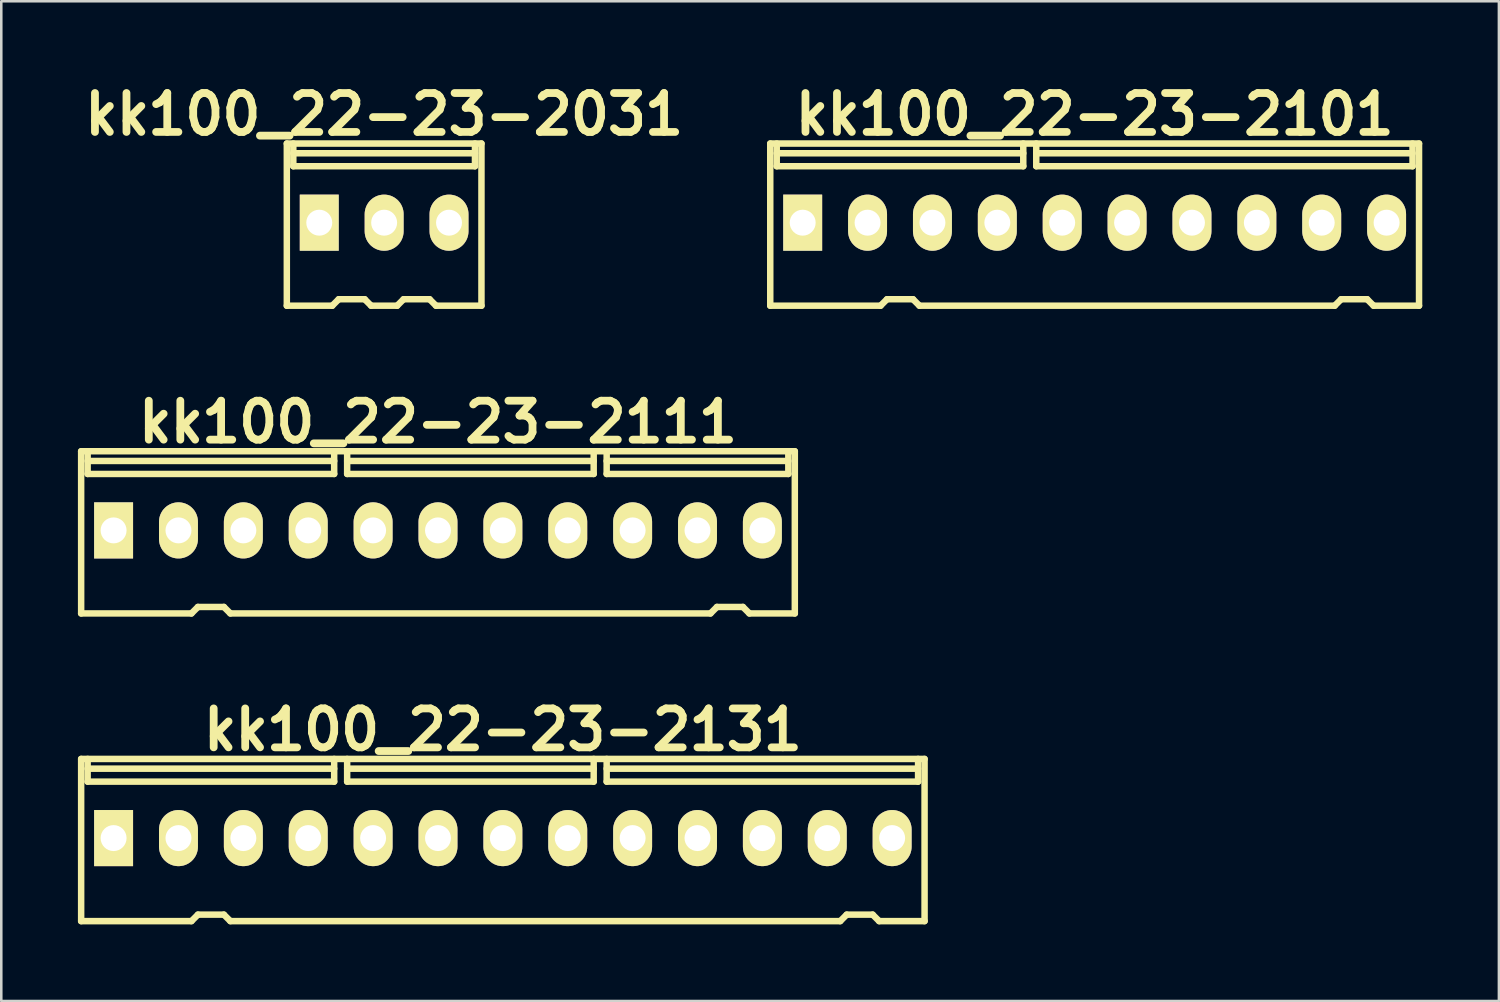
<source format=kicad_pcb>
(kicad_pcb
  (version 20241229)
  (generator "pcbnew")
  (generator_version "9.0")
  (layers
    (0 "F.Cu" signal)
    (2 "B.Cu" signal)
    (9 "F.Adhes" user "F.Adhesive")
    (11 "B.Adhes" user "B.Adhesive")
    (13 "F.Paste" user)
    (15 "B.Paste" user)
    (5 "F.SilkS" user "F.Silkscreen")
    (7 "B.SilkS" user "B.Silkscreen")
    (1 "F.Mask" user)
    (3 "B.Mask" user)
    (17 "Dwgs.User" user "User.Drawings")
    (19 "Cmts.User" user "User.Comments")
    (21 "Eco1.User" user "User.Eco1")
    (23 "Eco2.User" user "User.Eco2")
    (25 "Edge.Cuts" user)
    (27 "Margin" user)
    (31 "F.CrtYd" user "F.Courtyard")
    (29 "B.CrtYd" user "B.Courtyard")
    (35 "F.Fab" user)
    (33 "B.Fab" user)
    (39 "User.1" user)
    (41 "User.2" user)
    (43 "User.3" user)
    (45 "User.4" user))
  (footprint "kk100_22-23-2101"
    (layer "F.Cu")
    (at 39.805 5.744)
    (property "Reference" "kk100_22-23-2101" (at 0 -4.318 0) (layer "F.SilkS") (effects (font (size 1.524 1.524) (thickness 0.305))))
    (attr through_hole)
    (fp_line (start -12.7 -3.175) (end 12.7 -3.175) (stroke (width 0.254) (type solid)) (layer "F.SilkS"))
    (fp_line (start -12.7 3.175) (end -12.7 -3.175) (stroke (width 0.254) (type solid)) (layer "F.SilkS"))
    (fp_line (start -12.446 -2.286) (end -12.446 -3.175) (stroke (width 0.254) (type solid)) (layer "F.SilkS"))
    (fp_line (start -8.382 3.175) (end -12.7 3.175) (stroke (width 0.254) (type solid)) (layer "F.SilkS"))
    (fp_line (start -8.128 2.921) (end -8.382 3.175) (stroke (width 0.254) (type solid)) (layer "F.SilkS"))
    (fp_line (start -8.128 2.921) (end -7.112 2.921) (stroke (width 0.254) (type solid)) (layer "F.SilkS"))
    (fp_line (start -7.112 2.921) (end -6.858 3.175) (stroke (width 0.254) (type solid)) (layer "F.SilkS"))
    (fp_line (start -6.858 3.175) (end 9.398 3.175) (stroke (width 0.254) (type solid)) (layer "F.SilkS"))
    (fp_line (start -2.794 -2.794) (end -12.446 -2.794) (stroke (width 0.254) (type solid)) (layer "F.SilkS"))
    (fp_line (start -2.794 -2.286) (end -12.446 -2.286) (stroke (width 0.254) (type solid)) (layer "F.SilkS"))
    (fp_line (start -2.794 -2.286) (end -2.794 -3.175) (stroke (width 0.254) (type solid)) (layer "F.SilkS"))
    (fp_line (start -2.286 -2.794) (end 12.446 -2.794) (stroke (width 0.254) (type solid)) (layer "F.SilkS"))
    (fp_line (start -2.286 -2.286) (end -2.286 -3.175) (stroke (width 0.254) (type solid)) (layer "F.SilkS"))
    (fp_line (start -2.286 -2.286) (end 12.446 -2.286) (stroke (width 0.254) (type solid)) (layer "F.SilkS"))
    (fp_line (start 9.652 2.921) (end 9.398 3.175) (stroke (width 0.254) (type solid)) (layer "F.SilkS"))
    (fp_line (start 9.652 2.921) (end 10.668 2.921) (stroke (width 0.254) (type solid)) (layer "F.SilkS"))
    (fp_line (start 10.668 2.921) (end 10.922 3.175) (stroke (width 0.254) (type solid)) (layer "F.SilkS"))
    (fp_line (start 10.922 3.175) (end 12.7 3.175) (stroke (width 0.254) (type solid)) (layer "F.SilkS"))
    (fp_line (start 12.446 -2.286) (end 12.446 -3.175) (stroke (width 0.254) (type solid)) (layer "F.SilkS"))
    (fp_line (start 12.7 -3.175) (end 12.7 3.175) (stroke (width 0.254) (type solid)) (layer "F.SilkS"))
    (pad "1" thru_hole rect (at -11.43 -0.076) (size 1.524 2.197) (drill 1.016) (layers "*.Cu" "*.Mask" "F.SilkS"))
    (pad "2" thru_hole oval (at -8.89 -0.076) (size 1.524 2.197) (drill 1.016) (layers "*.Cu" "*.Mask" "F.SilkS"))
    (pad "3" thru_hole oval (at -6.35 -0.076) (size 1.524 2.197) (drill 1.016) (layers "*.Cu" "*.Mask" "F.SilkS"))
    (pad "4" thru_hole oval (at -3.81 -0.076) (size 1.524 2.197) (drill 1.016) (layers "*.Cu" "*.Mask" "F.SilkS"))
    (pad "5" thru_hole oval (at -1.27 -0.076) (size 1.524 2.197) (drill 1.016) (layers "*.Cu" "*.Mask" "F.SilkS"))
    (pad "6" thru_hole oval (at 1.27 -0.076) (size 1.524 2.197) (drill 1.016) (layers "*.Cu" "*.Mask" "F.SilkS"))
    (pad "7" thru_hole oval (at 3.81 -0.076) (size 1.524 2.197) (drill 1.016) (layers "*.Cu" "*.Mask" "F.SilkS"))
    (pad "8" thru_hole oval (at 6.35 -0.076) (size 1.524 2.197) (drill 1.016) (layers "*.Cu" "*.Mask" "F.SilkS"))
    (pad "9" thru_hole oval (at 8.89 -0.076) (size 1.524 2.197) (drill 1.016) (layers "*.Cu" "*.Mask" "F.SilkS"))
    (pad "10" thru_hole oval (at 11.43 -0.076) (size 1.524 2.197) (drill 1.016) (layers "*.Cu" "*.Mask" "F.SilkS")))
  (footprint "kk100_22-23-2111"
    (layer "F.Cu")
    (at 14.097 17.791)
    (property "Reference" "kk100_22-23-2111" (at 0 -4.318 0) (layer "F.SilkS") (effects (font (size 1.524 1.524) (thickness 0.305))))
    (attr through_hole)
    (fp_line (start -13.97 -3.175) (end 13.97 -3.175) (stroke (width 0.254) (type solid)) (layer "F.SilkS"))
    (fp_line (start -13.97 3.175) (end -13.97 -3.175) (stroke (width 0.254) (type solid)) (layer "F.SilkS"))
    (fp_line (start -13.716 -2.286) (end -13.716 -3.175) (stroke (width 0.254) (type solid)) (layer "F.SilkS"))
    (fp_line (start -9.652 3.175) (end -13.97 3.175) (stroke (width 0.254) (type solid)) (layer "F.SilkS"))
    (fp_line (start -9.398 2.921) (end -9.652 3.175) (stroke (width 0.254) (type solid)) (layer "F.SilkS"))
    (fp_line (start -9.398 2.921) (end -8.382 2.921) (stroke (width 0.254) (type solid)) (layer "F.SilkS"))
    (fp_line (start -8.382 2.921) (end -8.128 3.175) (stroke (width 0.254) (type solid)) (layer "F.SilkS"))
    (fp_line (start -8.128 3.175) (end 10.668 3.175) (stroke (width 0.254) (type solid)) (layer "F.SilkS"))
    (fp_line (start -4.064 -2.794) (end -13.716 -2.794) (stroke (width 0.254) (type solid)) (layer "F.SilkS"))
    (fp_line (start -4.064 -2.286) (end -13.716 -2.286) (stroke (width 0.254) (type solid)) (layer "F.SilkS"))
    (fp_line (start -4.064 -2.286) (end -4.064 -3.175) (stroke (width 0.254) (type solid)) (layer "F.SilkS"))
    (fp_line (start -3.556 -2.794) (end 6.096 -2.794) (stroke (width 0.254) (type solid)) (layer "F.SilkS"))
    (fp_line (start -3.556 -2.286) (end -3.556 -3.175) (stroke (width 0.254) (type solid)) (layer "F.SilkS"))
    (fp_line (start -3.556 -2.286) (end 6.096 -2.286) (stroke (width 0.254) (type solid)) (layer "F.SilkS"))
    (fp_line (start 6.096 -2.286) (end 6.096 -3.175) (stroke (width 0.254) (type solid)) (layer "F.SilkS"))
    (fp_line (start 6.604 -2.794) (end 13.716 -2.794) (stroke (width 0.254) (type solid)) (layer "F.SilkS"))
    (fp_line (start 6.604 -2.286) (end 6.604 -3.175) (stroke (width 0.254) (type solid)) (layer "F.SilkS"))
    (fp_line (start 6.604 -2.286) (end 13.716 -2.286) (stroke (width 0.254) (type solid)) (layer "F.SilkS"))
    (fp_line (start 10.922 2.921) (end 10.668 3.175) (stroke (width 0.254) (type solid)) (layer "F.SilkS"))
    (fp_line (start 10.922 2.921) (end 11.938 2.921) (stroke (width 0.254) (type solid)) (layer "F.SilkS"))
    (fp_line (start 11.938 2.921) (end 12.192 3.175) (stroke (width 0.254) (type solid)) (layer "F.SilkS"))
    (fp_line (start 12.192 3.175) (end 13.97 3.175) (stroke (width 0.254) (type solid)) (layer "F.SilkS"))
    (fp_line (start 13.716 -2.286) (end 13.716 -3.175) (stroke (width 0.254) (type solid)) (layer "F.SilkS"))
    (fp_line (start 13.97 -3.175) (end 13.97 3.175) (stroke (width 0.254) (type solid)) (layer "F.SilkS"))
    (pad "1" thru_hole rect (at -12.7 -0.076) (size 1.524 2.197) (drill 1.016) (layers "*.Cu" "*.Mask" "F.SilkS"))
    (pad "2" thru_hole oval (at -10.16 -0.076) (size 1.524 2.197) (drill 1.016) (layers "*.Cu" "*.Mask" "F.SilkS"))
    (pad "3" thru_hole oval (at -7.62 -0.076) (size 1.524 2.197) (drill 1.016) (layers "*.Cu" "*.Mask" "F.SilkS"))
    (pad "4" thru_hole oval (at -5.08 -0.076) (size 1.524 2.197) (drill 1.016) (layers "*.Cu" "*.Mask" "F.SilkS"))
    (pad "5" thru_hole oval (at -2.54 -0.076) (size 1.524 2.197) (drill 1.016) (layers "*.Cu" "*.Mask" "F.SilkS"))
    (pad "6" thru_hole oval (at 0 -0.076) (size 1.524 2.197) (drill 1.016) (layers "*.Cu" "*.Mask" "F.SilkS"))
    (pad "7" thru_hole oval (at 2.54 -0.076) (size 1.524 2.197) (drill 1.016) (layers "*.Cu" "*.Mask" "F.SilkS"))
    (pad "8" thru_hole oval (at 5.08 -0.076) (size 1.524 2.197) (drill 1.016) (layers "*.Cu" "*.Mask" "F.SilkS"))
    (pad "9" thru_hole oval (at 7.62 -0.076) (size 1.524 2.197) (drill 1.016) (layers "*.Cu" "*.Mask" "F.SilkS"))
    (pad "10" thru_hole oval (at 10.16 -0.076) (size 1.524 2.197) (drill 1.016) (layers "*.Cu" "*.Mask" "F.SilkS"))
    (pad "11" thru_hole oval (at 12.7 -0.076) (size 1.524 2.197) (drill 1.016) (layers "*.Cu" "*.Mask" "F.SilkS")))
  (footprint "kk100_22-23-2131"
    (layer "F.Cu")
    (at 16.637 29.837)
    (property "Reference" "kk100_22-23-2131" (at 0 -4.318 0) (layer "F.SilkS") (effects (font (size 1.524 1.524) (thickness 0.305))))
    (attr through_hole)
    (fp_line (start -16.51 3.175) (end -16.51 -3.175) (stroke (width 0.254) (type solid)) (layer "F.SilkS"))
    (fp_line (start -16.256 -2.286) (end -16.256 -3.175) (stroke (width 0.254) (type solid)) (layer "F.SilkS"))
    (fp_line (start -12.192 3.175) (end -16.51 3.175) (stroke (width 0.254) (type solid)) (layer "F.SilkS"))
    (fp_line (start -11.938 2.921) (end -12.192 3.175) (stroke (width 0.254) (type solid)) (layer "F.SilkS"))
    (fp_line (start -11.938 2.921) (end -10.922 2.921) (stroke (width 0.254) (type solid)) (layer "F.SilkS"))
    (fp_line (start -10.922 2.921) (end -10.668 3.175) (stroke (width 0.254) (type solid)) (layer "F.SilkS"))
    (fp_line (start -10.668 3.175) (end 13.208 3.175) (stroke (width 0.254) (type solid)) (layer "F.SilkS"))
    (fp_line (start -6.604 -2.794) (end -16.256 -2.794) (stroke (width 0.254) (type solid)) (layer "F.SilkS"))
    (fp_line (start -6.604 -2.286) (end -16.256 -2.286) (stroke (width 0.254) (type solid)) (layer "F.SilkS"))
    (fp_line (start -6.604 -2.286) (end -6.604 -3.175) (stroke (width 0.254) (type solid)) (layer "F.SilkS"))
    (fp_line (start -6.096 -2.794) (end 3.556 -2.794) (stroke (width 0.254) (type solid)) (layer "F.SilkS"))
    (fp_line (start -6.096 -2.286) (end -6.096 -3.175) (stroke (width 0.254) (type solid)) (layer "F.SilkS"))
    (fp_line (start -6.096 -2.286) (end 3.556 -2.286) (stroke (width 0.254) (type solid)) (layer "F.SilkS"))
    (fp_line (start 3.556 -2.286) (end 3.556 -3.175) (stroke (width 0.254) (type solid)) (layer "F.SilkS"))
    (fp_line (start 4.064 -2.794) (end 16.256 -2.794) (stroke (width 0.254) (type solid)) (layer "F.SilkS"))
    (fp_line (start 4.064 -2.286) (end 4.064 -3.175) (stroke (width 0.254) (type solid)) (layer "F.SilkS"))
    (fp_line (start 4.064 -2.286) (end 16.256 -2.286) (stroke (width 0.254) (type solid)) (layer "F.SilkS"))
    (fp_line (start 13.462 2.921) (end 13.208 3.175) (stroke (width 0.254) (type solid)) (layer "F.SilkS"))
    (fp_line (start 13.462 2.921) (end 14.478 2.921) (stroke (width 0.254) (type solid)) (layer "F.SilkS"))
    (fp_line (start 14.478 2.921) (end 14.732 3.175) (stroke (width 0.254) (type solid)) (layer "F.SilkS"))
    (fp_line (start 14.732 3.175) (end 16.51 3.175) (stroke (width 0.254) (type solid)) (layer "F.SilkS"))
    (fp_line (start 16.256 -2.286) (end 16.256 -3.175) (stroke (width 0.254) (type solid)) (layer "F.SilkS"))
    (fp_line (start 16.51 -3.175) (end -16.51 -3.175) (stroke (width 0.254) (type solid)) (layer "F.SilkS"))
    (fp_line (start 16.51 -3.175) (end 16.51 3.175) (stroke (width 0.254) (type solid)) (layer "F.SilkS"))
    (pad "1" thru_hole rect (at -15.24 -0.076) (size 1.524 2.197) (drill 1.016) (layers "*.Cu" "*.Mask" "F.SilkS"))
    (pad "2" thru_hole oval (at -12.7 -0.076) (size 1.524 2.197) (drill 1.016) (layers "*.Cu" "*.Mask" "F.SilkS"))
    (pad "3" thru_hole oval (at -10.16 -0.076) (size 1.524 2.197) (drill 1.016) (layers "*.Cu" "*.Mask" "F.SilkS"))
    (pad "4" thru_hole oval (at -7.62 -0.076) (size 1.524 2.197) (drill 1.016) (layers "*.Cu" "*.Mask" "F.SilkS"))
    (pad "5" thru_hole oval (at -5.08 -0.076) (size 1.524 2.197) (drill 1.016) (layers "*.Cu" "*.Mask" "F.SilkS"))
    (pad "6" thru_hole oval (at -2.54 -0.076) (size 1.524 2.197) (drill 1.016) (layers "*.Cu" "*.Mask" "F.SilkS"))
    (pad "7" thru_hole oval (at 0 -0.076) (size 1.524 2.197) (drill 1.016) (layers "*.Cu" "*.Mask" "F.SilkS"))
    (pad "8" thru_hole oval (at 2.54 -0.076) (size 1.524 2.197) (drill 1.016) (layers "*.Cu" "*.Mask" "F.SilkS"))
    (pad "9" thru_hole oval (at 5.08 -0.076) (size 1.524 2.197) (drill 1.016) (layers "*.Cu" "*.Mask" "F.SilkS"))
    (pad "10" thru_hole oval (at 7.62 -0.076) (size 1.524 2.197) (drill 1.016) (layers "*.Cu" "*.Mask" "F.SilkS"))
    (pad "11" thru_hole oval (at 10.16 -0.076) (size 1.524 2.197) (drill 1.016) (layers "*.Cu" "*.Mask" "F.SilkS"))
    (pad "12" thru_hole oval (at 12.7 -0.076) (size 1.524 2.197) (drill 1.016) (layers "*.Cu" "*.Mask" "F.SilkS"))
    (pad "13" thru_hole oval (at 15.24 -0.076) (size 1.524 2.197) (drill 1.016) (layers "*.Cu" "*.Mask" "F.SilkS")))
  (footprint "kk100_22-23-2031"
    (layer "F.Cu")
    (at 11.989 5.744)
    (property "Reference" "kk100_22-23-2031" (at 0 -4.318 0) (layer "F.SilkS") (effects (font (size 1.524 1.524) (thickness 0.305))))
    (attr through_hole)
    (fp_line (start -3.81 -3.175) (end 3.81 -3.175) (stroke (width 0.254) (type solid)) (layer "F.SilkS"))
    (fp_line (start -3.81 3.175) (end -3.81 -3.175) (stroke (width 0.254) (type solid)) (layer "F.SilkS"))
    (fp_line (start -3.556 -2.286) (end -3.556 -3.175) (stroke (width 0.254) (type solid)) (layer "F.SilkS"))
    (fp_line (start -3.556 -2.286) (end 3.556 -2.286) (stroke (width 0.254) (type solid)) (layer "F.SilkS"))
    (fp_line (start -2.032 3.175) (end -3.81 3.175) (stroke (width 0.254) (type solid)) (layer "F.SilkS"))
    (fp_line (start -1.778 2.921) (end -2.032 3.175) (stroke (width 0.254) (type solid)) (layer "F.SilkS"))
    (fp_line (start -1.778 2.921) (end -0.762 2.921) (stroke (width 0.254) (type solid)) (layer "F.SilkS"))
    (fp_line (start -0.762 2.921) (end -0.508 3.175) (stroke (width 0.254) (type solid)) (layer "F.SilkS"))
    (fp_line (start -0.508 3.175) (end 0.508 3.175) (stroke (width 0.254) (type solid)) (layer "F.SilkS"))
    (fp_line (start 0.762 2.921) (end 0.508 3.175) (stroke (width 0.254) (type solid)) (layer "F.SilkS"))
    (fp_line (start 0.762 2.921) (end 1.778 2.921) (stroke (width 0.254) (type solid)) (layer "F.SilkS"))
    (fp_line (start 1.778 2.921) (end 2.032 3.175) (stroke (width 0.254) (type solid)) (layer "F.SilkS"))
    (fp_line (start 2.032 3.175) (end 3.81 3.175) (stroke (width 0.254) (type solid)) (layer "F.SilkS"))
    (fp_line (start 3.556 -2.794) (end -3.556 -2.794) (stroke (width 0.254) (type solid)) (layer "F.SilkS"))
    (fp_line (start 3.556 -2.286) (end 3.556 -3.175) (stroke (width 0.254) (type solid)) (layer "F.SilkS"))
    (fp_line (start 3.81 -3.175) (end 3.81 3.175) (stroke (width 0.254) (type solid)) (layer "F.SilkS"))
    (pad "1" thru_hole rect (at -2.54 -0.076) (size 1.524 2.197) (drill 1.016) (layers "*.Cu" "*.Mask" "F.SilkS"))
    (pad "2" thru_hole oval (at 0 -0.076) (size 1.524 2.197) (drill 1.016) (layers "*.Cu" "*.Mask" "F.SilkS"))
    (pad "3" thru_hole oval (at 2.54 -0.076) (size 1.524 2.197) (drill 1.016) (layers "*.Cu" "*.Mask" "F.SilkS")))
  (gr_rect
    (start -3 -3)
    (end 55.632 36.139)
    (stroke (width 0.1) (type default))
    (fill no)
    (layer "Edge.Cuts")))
</source>
